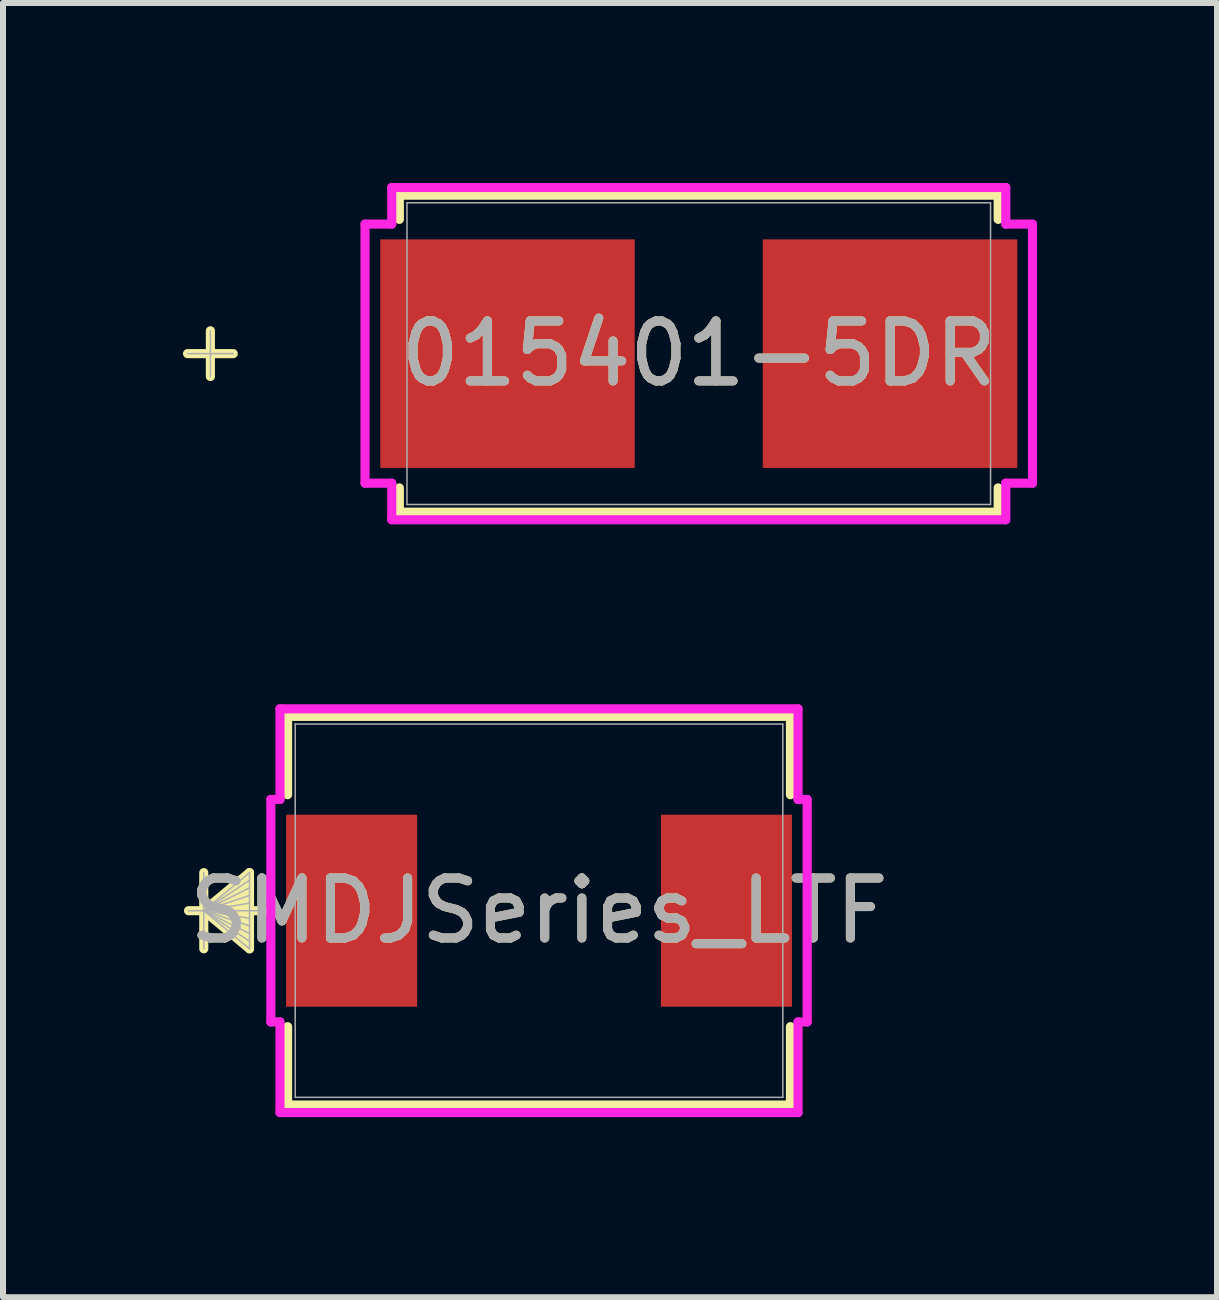
<source format=kicad_pcb>
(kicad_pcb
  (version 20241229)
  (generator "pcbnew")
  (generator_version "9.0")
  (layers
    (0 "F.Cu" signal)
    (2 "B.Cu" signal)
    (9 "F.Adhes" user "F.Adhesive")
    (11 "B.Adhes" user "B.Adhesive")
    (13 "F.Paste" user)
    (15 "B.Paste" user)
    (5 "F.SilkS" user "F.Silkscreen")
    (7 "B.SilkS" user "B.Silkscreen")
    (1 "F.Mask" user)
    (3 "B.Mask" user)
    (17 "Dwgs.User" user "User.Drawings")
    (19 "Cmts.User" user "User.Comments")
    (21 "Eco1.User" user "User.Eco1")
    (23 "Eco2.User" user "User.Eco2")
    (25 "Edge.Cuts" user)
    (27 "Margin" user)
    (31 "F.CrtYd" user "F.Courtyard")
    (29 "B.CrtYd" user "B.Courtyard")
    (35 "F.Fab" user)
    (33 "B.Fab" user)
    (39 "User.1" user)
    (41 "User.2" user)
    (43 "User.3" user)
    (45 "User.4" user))
  (footprint "SMDJSeries_LTF"
    (layer "F.Cu")
    (at 5.935 12.131)
    (property "Reference" "SMDJSeries_LTF" (at 0 0 0) (unlocked yes) (layer "F.SilkS") (effects (font (size 1 1) (thickness 0.15))))
    (attr smd)
    (fp_line (start -5.588 -0.635) (end -5.588 0.635) (stroke (width 0.152) (type solid)) (layer "F.SilkS"))
    (fp_line (start -5.588 0) (end -4.826 -0.635) (stroke (width 0.152) (type solid)) (layer "F.SilkS"))
    (fp_line (start -5.588 0) (end -4.826 -0.508) (stroke (width 0.152) (type solid)) (layer "F.SilkS"))
    (fp_line (start -5.588 0) (end -4.826 -0.381) (stroke (width 0.152) (type solid)) (layer "F.SilkS"))
    (fp_line (start -5.588 0) (end -4.826 -0.254) (stroke (width 0.152) (type solid)) (layer "F.SilkS"))
    (fp_line (start -5.588 0) (end -4.826 -0.127) (stroke (width 0.152) (type solid)) (layer "F.SilkS"))
    (fp_line (start -5.588 0) (end -4.826 0.127) (stroke (width 0.152) (type solid)) (layer "F.SilkS"))
    (fp_line (start -5.588 0) (end -4.826 0.254) (stroke (width 0.152) (type solid)) (layer "F.SilkS"))
    (fp_line (start -5.588 0) (end -4.826 0.381) (stroke (width 0.152) (type solid)) (layer "F.SilkS"))
    (fp_line (start -5.588 0) (end -4.826 0.508) (stroke (width 0.152) (type solid)) (layer "F.SilkS"))
    (fp_line (start -5.588 0) (end -4.826 0.635) (stroke (width 0.152) (type solid)) (layer "F.SilkS"))
    (fp_line (start -4.826 -0.635) (end -4.826 0.635) (stroke (width 0.152) (type solid)) (layer "F.SilkS"))
    (fp_line (start -4.572 0) (end -5.842 0) (stroke (width 0.152) (type solid)) (layer "F.SilkS"))
    (fp_line (start -4.191 -3.239) (end -4.191 -1.933) (stroke (width 0.152) (type solid)) (layer "F.SilkS"))
    (fp_line (start -4.191 1.933) (end -4.191 3.239) (stroke (width 0.152) (type solid)) (layer "F.SilkS"))
    (fp_line (start -4.191 3.239) (end 4.191 3.239) (stroke (width 0.152) (type solid)) (layer "F.SilkS"))
    (fp_line (start 4.191 -3.239) (end -4.191 -3.239) (stroke (width 0.152) (type solid)) (layer "F.SilkS"))
    (fp_line (start 4.191 -1.933) (end 4.191 -3.239) (stroke (width 0.152) (type solid)) (layer "F.SilkS"))
    (fp_line (start 4.191 3.239) (end 4.191 1.933) (stroke (width 0.152) (type solid)) (layer "F.SilkS"))
    (fp_line (start -4.47 -1.854) (end -4.318 -1.854) (stroke (width 0.152) (type solid)) (layer "F.CrtYd"))
    (fp_line (start -4.47 1.854) (end -4.47 -1.854) (stroke (width 0.152) (type solid)) (layer "F.CrtYd"))
    (fp_line (start -4.318 -3.365) (end 4.318 -3.365) (stroke (width 0.152) (type solid)) (layer "F.CrtYd"))
    (fp_line (start -4.318 -1.854) (end -4.318 -3.365) (stroke (width 0.152) (type solid)) (layer "F.CrtYd"))
    (fp_line (start -4.318 1.854) (end -4.47 1.854) (stroke (width 0.152) (type solid)) (layer "F.CrtYd"))
    (fp_line (start -4.318 3.365) (end -4.318 1.854) (stroke (width 0.152) (type solid)) (layer "F.CrtYd"))
    (fp_line (start 4.318 -3.365) (end 4.318 -1.854) (stroke (width 0.152) (type solid)) (layer "F.CrtYd"))
    (fp_line (start 4.318 -1.854) (end 4.47 -1.854) (stroke (width 0.152) (type solid)) (layer "F.CrtYd"))
    (fp_line (start 4.318 1.854) (end 4.318 3.365) (stroke (width 0.152) (type solid)) (layer "F.CrtYd"))
    (fp_line (start 4.318 3.365) (end -4.318 3.365) (stroke (width 0.152) (type solid)) (layer "F.CrtYd"))
    (fp_line (start 4.47 -1.854) (end 4.47 1.854) (stroke (width 0.152) (type solid)) (layer "F.CrtYd"))
    (fp_line (start 4.47 1.854) (end 4.318 1.854) (stroke (width 0.152) (type solid)) (layer "F.CrtYd"))
    (fp_line (start -5.588 -0.635) (end -5.588 0.635) (stroke (width 0.025) (type solid)) (layer "F.Fab"))
    (fp_line (start -5.588 0) (end -4.826 -0.635) (stroke (width 0.025) (type solid)) (layer "F.Fab"))
    (fp_line (start -5.588 0) (end -4.826 -0.508) (stroke (width 0.025) (type solid)) (layer "F.Fab"))
    (fp_line (start -5.588 0) (end -4.826 -0.381) (stroke (width 0.025) (type solid)) (layer "F.Fab"))
    (fp_line (start -5.588 0) (end -4.826 -0.254) (stroke (width 0.025) (type solid)) (layer "F.Fab"))
    (fp_line (start -5.588 0) (end -4.826 -0.127) (stroke (width 0.025) (type solid)) (layer "F.Fab"))
    (fp_line (start -5.588 0) (end -4.826 0.127) (stroke (width 0.025) (type solid)) (layer "F.Fab"))
    (fp_line (start -5.588 0) (end -4.826 0.254) (stroke (width 0.025) (type solid)) (layer "F.Fab"))
    (fp_line (start -5.588 0) (end -4.826 0.381) (stroke (width 0.025) (type solid)) (layer "F.Fab"))
    (fp_line (start -5.588 0) (end -4.826 0.508) (stroke (width 0.025) (type solid)) (layer "F.Fab"))
    (fp_line (start -5.588 0) (end -4.826 0.635) (stroke (width 0.025) (type solid)) (layer "F.Fab"))
    (fp_line (start -4.826 -0.635) (end -4.826 0.635) (stroke (width 0.025) (type solid)) (layer "F.Fab"))
    (fp_line (start -4.572 0) (end -5.842 0) (stroke (width 0.025) (type solid)) (layer "F.Fab"))
    (fp_line (start -4.064 -3.111) (end -4.064 3.111) (stroke (width 0.025) (type solid)) (layer "F.Fab"))
    (fp_line (start -4.064 3.111) (end 4.064 3.111) (stroke (width 0.025) (type solid)) (layer "F.Fab"))
    (fp_line (start 4.064 -3.111) (end -4.064 -3.111) (stroke (width 0.025) (type solid)) (layer "F.Fab"))
    (fp_line (start 4.064 3.111) (end 4.064 -3.111) (stroke (width 0.025) (type solid)) (layer "F.Fab"))
    (fp_text user "${REFERENCE}" (at 0 0 0) (unlocked yes) (layer "F.Fab") (effects (font (size 1 1) (thickness 0.15))))
    (pad "1" smd rect (at -3.124 0 90) (size 3.2 2.184) (layers "F.Cu" "F.Mask" "F.Paste"))
    (pad "2" smd rect (at 3.124 0 90) (size 3.2 2.184) (layers "F.Cu" "F.Mask" "F.Paste"))
    (zone (net_name "") (layer "F.Cu") (hatch full 0.508) (connect_pads) (min_thickness 0.254) (filled_areas_thickness no) (keepout (tracks not_allowed) (vias not_allowed) (pads allowed) (copperpour not_allowed) (footprints allowed)) (placement (enabled no)) (fill) (polygon (pts (xy 1.921 9.071) (xy 9.948 9.071) (xy 9.948 10.48) (xy 1.921 10.48))))
    (zone (net_name "") (layer "F.Cu") (hatch full 0.508) (connect_pads) (min_thickness 0.254) (filled_areas_thickness no) (keepout (tracks not_allowed) (vias not_allowed) (pads allowed) (copperpour not_allowed) (footprints allowed)) (placement (enabled no)) (fill) (polygon (pts (xy 1.921 13.782) (xy 9.948 13.782) (xy 9.948 15.192) (xy 1.921 15.192))))
    (zone (net_name "") (layer "F.Cu") (hatch full 0.508) (connect_pads) (min_thickness 0.254) (filled_areas_thickness no) (keepout (tracks not_allowed) (vias not_allowed) (pads allowed) (copperpour not_allowed) (footprints allowed)) (placement (enabled no)) (fill) (polygon (pts (xy 3.953 10.48) (xy 7.916 10.48) (xy 7.916 13.782) (xy 3.953 13.782)))))
  (footprint "015401-5DR"
    (layer "F.Cu")
    (at 8.598 2.845)
    (property "Reference" "015401-5DR" (at 0 0 0) (unlocked yes) (layer "F.SilkS") (effects (font (size 1 1) (thickness 0.15))))
    (attr smd)
    (fp_line (start -8.141 -0.381) (end -8.141 0.381) (stroke (width 0.152) (type solid)) (layer "F.SilkS"))
    (fp_line (start -7.76 0) (end -8.522 0) (stroke (width 0.152) (type solid)) (layer "F.SilkS"))
    (fp_line (start -4.991 -2.642) (end -4.991 -2.238) (stroke (width 0.152) (type solid)) (layer "F.SilkS"))
    (fp_line (start -4.991 2.238) (end -4.991 2.642) (stroke (width 0.152) (type solid)) (layer "F.SilkS"))
    (fp_line (start -4.991 2.642) (end 4.991 2.642) (stroke (width 0.152) (type solid)) (layer "F.SilkS"))
    (fp_line (start 4.991 -2.642) (end -4.991 -2.642) (stroke (width 0.152) (type solid)) (layer "F.SilkS"))
    (fp_line (start 4.991 -2.238) (end 4.991 -2.642) (stroke (width 0.152) (type solid)) (layer "F.SilkS"))
    (fp_line (start 4.991 2.642) (end 4.991 2.238) (stroke (width 0.152) (type solid)) (layer "F.SilkS"))
    (fp_line (start -5.563 -2.159) (end -5.118 -2.159) (stroke (width 0.152) (type solid)) (layer "F.CrtYd"))
    (fp_line (start -5.563 2.159) (end -5.563 -2.159) (stroke (width 0.152) (type solid)) (layer "F.CrtYd"))
    (fp_line (start -5.118 -2.769) (end 5.118 -2.769) (stroke (width 0.152) (type solid)) (layer "F.CrtYd"))
    (fp_line (start -5.118 -2.159) (end -5.118 -2.769) (stroke (width 0.152) (type solid)) (layer "F.CrtYd"))
    (fp_line (start -5.118 2.159) (end -5.563 2.159) (stroke (width 0.152) (type solid)) (layer "F.CrtYd"))
    (fp_line (start -5.118 2.769) (end -5.118 2.159) (stroke (width 0.152) (type solid)) (layer "F.CrtYd"))
    (fp_line (start 5.118 -2.769) (end 5.118 -2.159) (stroke (width 0.152) (type solid)) (layer "F.CrtYd"))
    (fp_line (start 5.118 -2.159) (end 5.563 -2.159) (stroke (width 0.152) (type solid)) (layer "F.CrtYd"))
    (fp_line (start 5.118 2.159) (end 5.118 2.769) (stroke (width 0.152) (type solid)) (layer "F.CrtYd"))
    (fp_line (start 5.118 2.769) (end -5.118 2.769) (stroke (width 0.152) (type solid)) (layer "F.CrtYd"))
    (fp_line (start 5.563 -2.159) (end 5.563 2.159) (stroke (width 0.152) (type solid)) (layer "F.CrtYd"))
    (fp_line (start 5.563 2.159) (end 5.118 2.159) (stroke (width 0.152) (type solid)) (layer "F.CrtYd"))
    (fp_line (start -8.141 -0.381) (end -8.141 0.381) (stroke (width 0.025) (type solid)) (layer "F.Fab"))
    (fp_line (start -7.76 0) (end -8.522 0) (stroke (width 0.025) (type solid)) (layer "F.Fab"))
    (fp_line (start -4.864 -2.515) (end -4.864 2.515) (stroke (width 0.025) (type solid)) (layer "F.Fab"))
    (fp_line (start -4.864 2.515) (end 4.864 2.515) (stroke (width 0.025) (type solid)) (layer "F.Fab"))
    (fp_line (start 4.864 -2.515) (end -4.864 -2.515) (stroke (width 0.025) (type solid)) (layer "F.Fab"))
    (fp_line (start 4.864 2.515) (end 4.864 -2.515) (stroke (width 0.025) (type solid)) (layer "F.Fab"))
    (fp_text user "${REFERENCE}" (at 0 0 0) (unlocked yes) (layer "F.Fab") (effects (font (size 1 1) (thickness 0.15))))
    (pad "1" smd rect (at -3.188 0) (size 4.242 3.81) (layers "F.Cu" "F.Mask" "F.Paste"))
    (pad "2" smd rect (at 3.188 0) (size 4.242 3.81) (layers "F.Cu" "F.Mask" "F.Paste"))
    (zone (net_name "") (layer "F.Cu") (hatch full 0.508) (connect_pads) (min_thickness 0.254) (filled_areas_thickness no) (keepout (tracks not_allowed) (vias not_allowed) (pads allowed) (copperpour not_allowed) (footprints allowed)) (placement (enabled no)) (fill) (polygon (pts (xy 3.785 0.381) (xy 13.411 0.381) (xy 13.411 0.889) (xy 3.785 0.889))))
    (zone (net_name "") (layer "F.Cu") (hatch full 0.508) (connect_pads) (min_thickness 0.254) (filled_areas_thickness no) (keepout (tracks not_allowed) (vias not_allowed) (pads allowed) (copperpour not_allowed) (footprints allowed)) (placement (enabled no)) (fill) (polygon (pts (xy 3.785 4.801) (xy 13.411 4.801) (xy 13.411 5.309) (xy 3.785 5.309))))
    (zone (net_name "") (layer "F.Cu") (hatch full 0.508) (connect_pads) (min_thickness 0.254) (filled_areas_thickness no) (keepout (tracks not_allowed) (vias not_allowed) (pads allowed) (copperpour not_allowed) (footprints allowed)) (placement (enabled no)) (fill) (polygon (pts (xy 7.328 0.889) (xy 9.868 0.889) (xy 9.868 4.801) (xy 7.328 4.801)))))
  (gr_rect
    (start -3 -3)
    (end 17.237 18.573)
    (stroke (width 0.1) (type default))
    (fill no)
    (layer "Edge.Cuts")))
</source>
